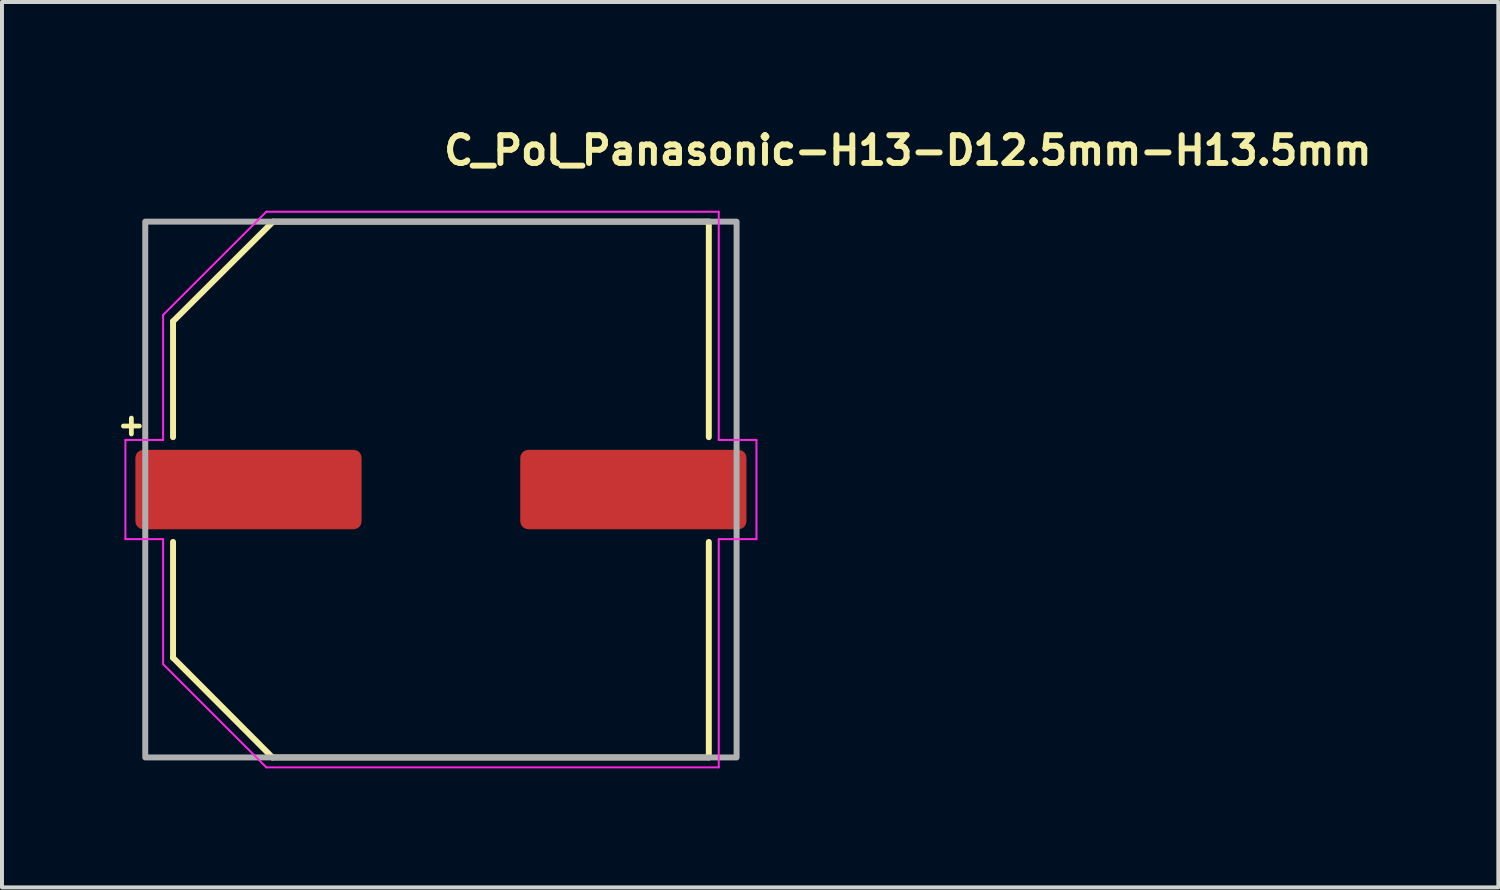
<source format=kicad_pcb>
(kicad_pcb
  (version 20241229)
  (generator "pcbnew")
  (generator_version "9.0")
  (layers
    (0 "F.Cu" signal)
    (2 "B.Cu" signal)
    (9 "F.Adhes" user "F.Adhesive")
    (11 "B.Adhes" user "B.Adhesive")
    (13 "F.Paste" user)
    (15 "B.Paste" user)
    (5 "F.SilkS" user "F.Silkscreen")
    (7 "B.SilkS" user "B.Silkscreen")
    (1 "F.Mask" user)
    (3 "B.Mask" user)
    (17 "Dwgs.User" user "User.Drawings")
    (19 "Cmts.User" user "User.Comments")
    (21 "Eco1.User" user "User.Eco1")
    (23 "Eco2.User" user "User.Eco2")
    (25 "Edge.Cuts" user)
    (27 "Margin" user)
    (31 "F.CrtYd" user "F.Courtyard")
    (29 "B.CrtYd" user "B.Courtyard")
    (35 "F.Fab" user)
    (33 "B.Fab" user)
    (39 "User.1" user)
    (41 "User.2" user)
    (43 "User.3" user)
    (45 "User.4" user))
  (footprint "C_Pol_Panasonic-H13-D12.5mm-H13.5mm"
    (layer "F.Cu")
    (at 8.06 9.285)
    (property "Reference" "C_Pol_Panasonic-H13-D12.5mm-H13.5mm" (at 0 -8.135 0) (layer "F.SilkS") (effects (font (size 0.7 0.7) (thickness 0.15)) (justify left bottom)))
    (attr smd)
    (fp_line (start -8 -1.6) (end -7.6 -1.6) (stroke (width 0.12) (type solid)) (layer "F.SilkS"))
    (fp_line (start -7.8 -1.8) (end -7.8 -1.4) (stroke (width 0.12) (type solid)) (layer "F.SilkS"))
    (fp_line (start -6.75 -4.238) (end -6.75 -1.32) (stroke (width 0.15) (type solid)) (layer "F.SilkS"))
    (fp_line (start -6.75 1.32) (end -6.75 4.238) (stroke (width 0.15) (type solid)) (layer "F.SilkS"))
    (fp_line (start -6.75 4.238) (end -4.245 6.75) (stroke (width 0.15) (type solid)) (layer "F.SilkS"))
    (fp_line (start -4.245 6.75) (end 6.75 6.75) (stroke (width 0.15) (type solid)) (layer "F.SilkS"))
    (fp_line (start -4.23 -6.75) (end -6.75 -4.238) (stroke (width 0.15) (type solid)) (layer "F.SilkS"))
    (fp_line (start 6.75 -6.75) (end -4.23 -6.75) (stroke (width 0.15) (type solid)) (layer "F.SilkS"))
    (fp_line (start 6.75 -1.32) (end 6.75 -6.75) (stroke (width 0.15) (type solid)) (layer "F.SilkS"))
    (fp_line (start 6.75 6.75) (end 6.75 1.32) (stroke (width 0.15) (type solid)) (layer "F.SilkS"))
    (fp_line (start -7.95 -1.25) (end -7 -1.25) (stroke (width 0.05) (type solid)) (layer "F.CrtYd"))
    (fp_line (start -7.95 1.25) (end -7.95 -1.25) (stroke (width 0.05) (type solid)) (layer "F.CrtYd"))
    (fp_line (start -7 -4.4) (end -4.4 -7) (stroke (width 0.05) (type solid)) (layer "F.CrtYd"))
    (fp_line (start -7 -1.25) (end -7 -4.4) (stroke (width 0.05) (type solid)) (layer "F.CrtYd"))
    (fp_line (start -7 1.25) (end -7.95 1.25) (stroke (width 0.05) (type solid)) (layer "F.CrtYd"))
    (fp_line (start -7 4.4) (end -7 1.25) (stroke (width 0.05) (type solid)) (layer "F.CrtYd"))
    (fp_line (start -4.4 -7) (end 7 -7) (stroke (width 0.05) (type solid)) (layer "F.CrtYd"))
    (fp_line (start -4.4 7) (end -7 4.4) (stroke (width 0.05) (type solid)) (layer "F.CrtYd"))
    (fp_line (start 7 -7) (end 7 -1.25) (stroke (width 0.05) (type solid)) (layer "F.CrtYd"))
    (fp_line (start 7 -1.25) (end 7.95 -1.25) (stroke (width 0.05) (type solid)) (layer "F.CrtYd"))
    (fp_line (start 7 1.25) (end 7 7) (stroke (width 0.05) (type solid)) (layer "F.CrtYd"))
    (fp_line (start 7 7) (end -4.4 7) (stroke (width 0.05) (type solid)) (layer "F.CrtYd"))
    (fp_line (start 7.95 -1.25) (end 7.95 1.25) (stroke (width 0.05) (type solid)) (layer "F.CrtYd"))
    (fp_line (start 7.95 1.25) (end 7 1.25) (stroke (width 0.05) (type solid)) (layer "F.CrtYd"))
    (fp_rect (start 7.45 6.75) (end -7.45 -6.75) (stroke (width 0.15) (type solid)) (fill no) (layer "F.Fab"))
    (fp_rect (start 7.45 6.75) (end -7.45 -6.75) (stroke (width 0.15) (type solid)) (fill no) (layer "User.5"))
    (fp_line (start -7.45 -0.45) (end -7.45 0.45) (stroke (width 0.02) (type solid)) (layer "User.9"))
    (fp_line (start -7.45 -0.45) (end -6.75 -0.45) (stroke (width 0.02) (type solid)) (layer "User.9"))
    (fp_line (start -7.45 0.45) (end -6.75 0.45) (stroke (width 0.02) (type solid)) (layer "User.9"))
    (fp_line (start -6.75 -4.25) (end -6.75 -1.5) (stroke (width 0.02) (type solid)) (layer "User.9"))
    (fp_line (start -6.75 -1.5) (end -6.75 1.5) (stroke (width 0.02) (type solid)) (layer "User.9"))
    (fp_line (start -6.75 1.5) (end -6.75 4.25) (stroke (width 0.02) (type solid)) (layer "User.9"))
    (fp_line (start -6.75 1.5) (end -6.17 1.5) (stroke (width 0.02) (type solid)) (layer "User.9"))
    (fp_line (start -6.75 4.25) (end -4.25 6.75) (stroke (width 0.02) (type solid)) (layer "User.9"))
    (fp_line (start -6.25 0) (end -6.236 -0.416) (stroke (width 0.02) (type solid)) (layer "User.9"))
    (fp_line (start -6.246 0.208) (end -6.25 0) (stroke (width 0.02) (type solid)) (layer "User.9"))
    (fp_line (start -6.236 -0.416) (end -6.195 -0.827) (stroke (width 0.02) (type solid)) (layer "User.9"))
    (fp_line (start -6.236 0.416) (end -6.246 0.208) (stroke (width 0.02) (type solid)) (layer "User.9"))
    (fp_line (start -6.218 0.622) (end -6.236 0.416) (stroke (width 0.02) (type solid)) (layer "User.9"))
    (fp_line (start -6.195 -0.827) (end -6.127 -1.232) (stroke (width 0.02) (type solid)) (layer "User.9"))
    (fp_line (start -6.195 0.827) (end -6.218 0.622) (stroke (width 0.02) (type solid)) (layer "User.9"))
    (fp_line (start -6.17 -1.5) (end -6.75 -1.5) (stroke (width 0.02) (type solid)) (layer "User.9"))
    (fp_line (start -6.17 1.5) (end -6.05 1.926) (stroke (width 0.02) (type solid)) (layer "User.9"))
    (fp_line (start -6.164 1.031) (end -6.195 0.827) (stroke (width 0.02) (type solid)) (layer "User.9"))
    (fp_line (start -6.127 -1.232) (end -6.033 -1.63) (stroke (width 0.02) (type solid)) (layer "User.9"))
    (fp_line (start -6.127 1.232) (end -6.164 1.031) (stroke (width 0.02) (type solid)) (layer "User.9"))
    (fp_line (start -6.083 1.432) (end -6.127 1.232) (stroke (width 0.02) (type solid)) (layer "User.9"))
    (fp_line (start -6.05 -1.926) (end -6.17 -1.5) (stroke (width 0.02) (type solid)) (layer "User.9"))
    (fp_line (start -6.05 1.926) (end -5.903 2.34) (stroke (width 0.02) (type solid)) (layer "User.9"))
    (fp_line (start -6.033 -1.63) (end -5.914 -2.019) (stroke (width 0.02) (type solid)) (layer "User.9"))
    (fp_line (start -6.033 1.63) (end -6.083 1.432) (stroke (width 0.02) (type solid)) (layer "User.9"))
    (fp_line (start -5.977 1.826) (end -6.033 1.63) (stroke (width 0.02) (type solid)) (layer "User.9"))
    (fp_line (start -5.914 -2.019) (end -5.771 -2.399) (stroke (width 0.02) (type solid)) (layer "User.9"))
    (fp_line (start -5.914 2.019) (end -5.977 1.826) (stroke (width 0.02) (type solid)) (layer "User.9"))
    (fp_line (start -5.903 -2.34) (end -6.05 -1.926) (stroke (width 0.02) (type solid)) (layer "User.9"))
    (fp_line (start -5.903 2.34) (end -5.728 2.739) (stroke (width 0.02) (type solid)) (layer "User.9"))
    (fp_line (start -5.845 2.21) (end -5.914 2.019) (stroke (width 0.02) (type solid)) (layer "User.9"))
    (fp_line (start -5.771 -2.399) (end -5.603 -2.768) (stroke (width 0.02) (type solid)) (layer "User.9"))
    (fp_line (start -5.771 2.399) (end -5.845 2.21) (stroke (width 0.02) (type solid)) (layer "User.9"))
    (fp_line (start -5.728 -2.739) (end -5.903 -2.34) (stroke (width 0.02) (type solid)) (layer "User.9"))
    (fp_line (start -5.728 2.739) (end -5.528 3.124) (stroke (width 0.02) (type solid)) (layer "User.9"))
    (fp_line (start -5.69 2.585) (end -5.771 2.399) (stroke (width 0.02) (type solid)) (layer "User.9"))
    (fp_line (start -5.603 -2.768) (end -5.412 -3.125) (stroke (width 0.02) (type solid)) (layer "User.9"))
    (fp_line (start -5.603 2.768) (end -5.69 2.585) (stroke (width 0.02) (type solid)) (layer "User.9"))
    (fp_line (start -5.528 -3.124) (end -5.728 -2.739) (stroke (width 0.02) (type solid)) (layer "User.9"))
    (fp_line (start -5.528 3.124) (end -5.303 3.492) (stroke (width 0.02) (type solid)) (layer "User.9"))
    (fp_line (start -5.51 2.948) (end -5.603 2.768) (stroke (width 0.02) (type solid)) (layer "User.9"))
    (fp_line (start -5.412 -3.125) (end -5.199 -3.468) (stroke (width 0.02) (type solid)) (layer "User.9"))
    (fp_line (start -5.412 3.125) (end -5.51 2.948) (stroke (width 0.02) (type solid)) (layer "User.9"))
    (fp_line (start -5.308 3.298) (end -5.412 3.125) (stroke (width 0.02) (type solid)) (layer "User.9"))
    (fp_line (start -5.303 -3.492) (end -5.528 -3.124) (stroke (width 0.02) (type solid)) (layer "User.9"))
    (fp_line (start -5.303 3.492) (end -5.054 3.843) (stroke (width 0.02) (type solid)) (layer "User.9"))
    (fp_line (start -5.199 -3.468) (end -4.963 -3.798) (stroke (width 0.02) (type solid)) (layer "User.9"))
    (fp_line (start -5.199 3.468) (end -5.308 3.298) (stroke (width 0.02) (type solid)) (layer "User.9"))
    (fp_line (start -5.084 3.635) (end -5.199 3.468) (stroke (width 0.02) (type solid)) (layer "User.9"))
    (fp_line (start -5.054 -3.843) (end -5.303 -3.492) (stroke (width 0.02) (type solid)) (layer "User.9"))
    (fp_line (start -5.054 3.843) (end -4.783 4.176) (stroke (width 0.02) (type solid)) (layer "User.9"))
    (fp_line (start -4.963 -3.798) (end -4.706 -4.112) (stroke (width 0.02) (type solid)) (layer "User.9"))
    (fp_line (start -4.963 3.798) (end -5.084 3.635) (stroke (width 0.02) (type solid)) (layer "User.9"))
    (fp_line (start -4.837 3.957) (end -4.963 3.798) (stroke (width 0.02) (type solid)) (layer "User.9"))
    (fp_line (start -4.783 -4.176) (end -5.054 -3.843) (stroke (width 0.02) (type solid)) (layer "User.9"))
    (fp_line (start -4.783 4.176) (end -4.49 4.49) (stroke (width 0.02) (type solid)) (layer "User.9"))
    (fp_line (start -4.706 -4.112) (end -4.429 -4.409) (stroke (width 0.02) (type solid)) (layer "User.9"))
    (fp_line (start -4.706 4.112) (end -4.837 3.957) (stroke (width 0.02) (type solid)) (layer "User.9"))
    (fp_line (start -4.57 4.263) (end -4.706 4.112) (stroke (width 0.02) (type solid)) (layer "User.9"))
    (fp_line (start -4.49 -4.49) (end -4.783 -4.176) (stroke (width 0.02) (type solid)) (layer "User.9"))
    (fp_line (start -4.49 4.49) (end -4.176 4.783) (stroke (width 0.02) (type solid)) (layer "User.9"))
    (fp_line (start -4.429 -4.409) (end -4.131 -4.689) (stroke (width 0.02) (type solid)) (layer "User.9"))
    (fp_line (start -4.429 4.409) (end -4.57 4.263) (stroke (width 0.02) (type solid)) (layer "User.9"))
    (fp_line (start -4.282 4.552) (end -4.429 4.409) (stroke (width 0.02) (type solid)) (layer "User.9"))
    (fp_line (start -4.25 -6.75) (end -6.75 -4.25) (stroke (width 0.02) (type solid)) (layer "User.9"))
    (fp_line (start -4.25 6.75) (end -1.5 6.75) (stroke (width 0.02) (type solid)) (layer "User.9"))
    (fp_line (start -4.176 -4.783) (end -4.49 -4.49) (stroke (width 0.02) (type solid)) (layer "User.9"))
    (fp_line (start -4.176 4.783) (end -3.843 5.054) (stroke (width 0.02) (type solid)) (layer "User.9"))
    (fp_line (start -4.131 -4.689) (end -3.814 -4.951) (stroke (width 0.02) (type solid)) (layer "User.9"))
    (fp_line (start -4.131 4.689) (end -4.282 4.552) (stroke (width 0.02) (type solid)) (layer "User.9"))
    (fp_line (start -3.975 4.822) (end -4.131 4.689) (stroke (width 0.02) (type solid)) (layer "User.9"))
    (fp_line (start -3.843 -5.054) (end -4.176 -4.783) (stroke (width 0.02) (type solid)) (layer "User.9"))
    (fp_line (start -3.843 5.054) (end -3.492 5.303) (stroke (width 0.02) (type solid)) (layer "User.9"))
    (fp_line (start -3.814 -4.951) (end -3.478 -5.192) (stroke (width 0.02) (type solid)) (layer "User.9"))
    (fp_line (start -3.814 4.951) (end -3.975 4.822) (stroke (width 0.02) (type solid)) (layer "User.9"))
    (fp_line (start -3.648 5.074) (end -3.814 4.951) (stroke (width 0.02) (type solid)) (layer "User.9"))
    (fp_line (start -3.492 -5.303) (end -3.843 -5.054) (stroke (width 0.02) (type solid)) (layer "User.9"))
    (fp_line (start -3.492 5.303) (end -3.124 5.528) (stroke (width 0.02) (type solid)) (layer "User.9"))
    (fp_line (start -3.478 -5.192) (end -3.125 -5.412) (stroke (width 0.02) (type solid)) (layer "User.9"))
    (fp_line (start -3.478 5.192) (end -3.648 5.074) (stroke (width 0.02) (type solid)) (layer "User.9"))
    (fp_line (start -3.304 5.305) (end -3.478 5.192) (stroke (width 0.02) (type solid)) (layer "User.9"))
    (fp_line (start -3.125 -5.412) (end -3.125 -5.412) (stroke (width 0.02) (type solid)) (layer "User.9"))
    (fp_line (start -3.125 -5.412) (end -2.757 -5.608) (stroke (width 0.02) (type solid)) (layer "User.9"))
    (fp_line (start -3.125 5.412) (end -3.304 5.305) (stroke (width 0.02) (type solid)) (layer "User.9"))
    (fp_line (start -3.125 5.412) (end -3.125 5.412) (stroke (width 0.02) (type solid)) (layer "User.9"))
    (fp_line (start -3.124 -5.528) (end -3.492 -5.303) (stroke (width 0.02) (type solid)) (layer "User.9"))
    (fp_line (start -3.124 5.528) (end -2.739 5.728) (stroke (width 0.02) (type solid)) (layer "User.9"))
    (fp_line (start -2.757 -5.608) (end -2.38 -5.778) (stroke (width 0.02) (type solid)) (layer "User.9"))
    (fp_line (start -2.757 5.608) (end -3.125 5.412) (stroke (width 0.02) (type solid)) (layer "User.9"))
    (fp_line (start -2.739 -5.728) (end -3.124 -5.528) (stroke (width 0.02) (type solid)) (layer "User.9"))
    (fp_line (start -2.739 5.728) (end -2.34 5.903) (stroke (width 0.02) (type solid)) (layer "User.9"))
    (fp_line (start -2.38 -5.778) (end -1.995 -5.922) (stroke (width 0.02) (type solid)) (layer "User.9"))
    (fp_line (start -2.38 5.778) (end -2.757 5.608) (stroke (width 0.02) (type solid)) (layer "User.9"))
    (fp_line (start -2.34 -5.903) (end -2.739 -5.728) (stroke (width 0.02) (type solid)) (layer "User.9"))
    (fp_line (start -2.34 5.903) (end -1.926 6.05) (stroke (width 0.02) (type solid)) (layer "User.9"))
    (fp_line (start -1.995 -5.922) (end -1.604 -6.04) (stroke (width 0.02) (type solid)) (layer "User.9"))
    (fp_line (start -1.995 5.922) (end -2.38 5.778) (stroke (width 0.02) (type solid)) (layer "User.9"))
    (fp_line (start -1.926 -6.05) (end -2.34 -5.903) (stroke (width 0.02) (type solid)) (layer "User.9"))
    (fp_line (start -1.926 6.05) (end -1.5 6.17) (stroke (width 0.02) (type solid)) (layer "User.9"))
    (fp_line (start -1.604 -6.04) (end -1.208 -6.132) (stroke (width 0.02) (type solid)) (layer "User.9"))
    (fp_line (start -1.604 6.04) (end -1.995 5.922) (stroke (width 0.02) (type solid)) (layer "User.9"))
    (fp_line (start -1.5 -6.75) (end -4.25 -6.75) (stroke (width 0.02) (type solid)) (layer "User.9"))
    (fp_line (start -1.5 -6.75) (end -1.5 -6.17) (stroke (width 0.02) (type solid)) (layer "User.9"))
    (fp_line (start -1.5 -6.17) (end -1.926 -6.05) (stroke (width 0.02) (type solid)) (layer "User.9"))
    (fp_line (start -1.5 6.17) (end -1.5 6.75) (stroke (width 0.02) (type solid)) (layer "User.9"))
    (fp_line (start -1.5 6.75) (end 1.5 6.75) (stroke (width 0.02) (type solid)) (layer "User.9"))
    (fp_line (start -1.208 -6.132) (end -0.807 -6.197) (stroke (width 0.02) (type solid)) (layer "User.9"))
    (fp_line (start -1.208 6.132) (end -1.604 6.04) (stroke (width 0.02) (type solid)) (layer "User.9"))
    (fp_line (start -0.807 -6.197) (end -0.404 -6.236) (stroke (width 0.02) (type solid)) (layer "User.9"))
    (fp_line (start -0.807 6.197) (end -1.208 6.132) (stroke (width 0.02) (type solid)) (layer "User.9"))
    (fp_line (start -0.404 -6.236) (end 0 -6.25) (stroke (width 0.02) (type solid)) (layer "User.9"))
    (fp_line (start -0.404 6.236) (end -0.807 6.197) (stroke (width 0.02) (type solid)) (layer "User.9"))
    (fp_line (start 0 -6.25) (end 0.404 -6.236) (stroke (width 0.02) (type solid)) (layer "User.9"))
    (fp_line (start 0 6.25) (end -0.404 6.236) (stroke (width 0.02) (type solid)) (layer "User.9"))
    (fp_line (start 0.404 -6.236) (end 0.807 -6.197) (stroke (width 0.02) (type solid)) (layer "User.9"))
    (fp_line (start 0.404 6.236) (end 0 6.25) (stroke (width 0.02) (type solid)) (layer "User.9"))
    (fp_line (start 0.807 -6.197) (end 1.208 -6.132) (stroke (width 0.02) (type solid)) (layer "User.9"))
    (fp_line (start 0.807 6.197) (end 0.404 6.236) (stroke (width 0.02) (type solid)) (layer "User.9"))
    (fp_line (start 1.208 -6.132) (end 1.604 -6.04) (stroke (width 0.02) (type solid)) (layer "User.9"))
    (fp_line (start 1.208 6.132) (end 0.807 6.197) (stroke (width 0.02) (type solid)) (layer "User.9"))
    (fp_line (start 1.5 -6.75) (end -1.5 -6.75) (stroke (width 0.02) (type solid)) (layer "User.9"))
    (fp_line (start 1.5 -6.75) (end 1.5 -6.17) (stroke (width 0.02) (type solid)) (layer "User.9"))
    (fp_line (start 1.5 -6.17) (end 1.926 -6.05) (stroke (width 0.02) (type solid)) (layer "User.9"))
    (fp_line (start 1.5 6.17) (end 1.5 6.75) (stroke (width 0.02) (type solid)) (layer "User.9"))
    (fp_line (start 1.5 6.75) (end 5.75 6.75) (stroke (width 0.02) (type solid)) (layer "User.9"))
    (fp_line (start 1.604 -6.04) (end 1.995 -5.922) (stroke (width 0.02) (type solid)) (layer "User.9"))
    (fp_line (start 1.604 6.04) (end 1.208 6.132) (stroke (width 0.02) (type solid)) (layer "User.9"))
    (fp_line (start 1.926 -6.05) (end 2.34 -5.903) (stroke (width 0.02) (type solid)) (layer "User.9"))
    (fp_line (start 1.926 6.05) (end 1.5 6.17) (stroke (width 0.02) (type solid)) (layer "User.9"))
    (fp_line (start 1.995 -5.922) (end 2.38 -5.778) (stroke (width 0.02) (type solid)) (layer "User.9"))
    (fp_line (start 1.995 5.922) (end 1.604 6.04) (stroke (width 0.02) (type solid)) (layer "User.9"))
    (fp_line (start 2 -3) (end 2 3) (stroke (width 0.02) (type solid)) (layer "User.9"))
    (fp_line (start 2 3) (end 3.2 3) (stroke (width 0.02) (type solid)) (layer "User.9"))
    (fp_line (start 2.34 -5.903) (end 2.739 -5.728) (stroke (width 0.02) (type solid)) (layer "User.9"))
    (fp_line (start 2.34 5.903) (end 1.926 6.05) (stroke (width 0.02) (type solid)) (layer "User.9"))
    (fp_line (start 2.38 -5.778) (end 2.757 -5.608) (stroke (width 0.02) (type solid)) (layer "User.9"))
    (fp_line (start 2.38 5.778) (end 1.995 5.922) (stroke (width 0.02) (type solid)) (layer "User.9"))
    (fp_line (start 2.739 -5.728) (end 3.124 -5.528) (stroke (width 0.02) (type solid)) (layer "User.9"))
    (fp_line (start 2.739 5.728) (end 2.34 5.903) (stroke (width 0.02) (type solid)) (layer "User.9"))
    (fp_line (start 2.757 -5.608) (end 3.125 -5.412) (stroke (width 0.02) (type solid)) (layer "User.9"))
    (fp_line (start 2.757 5.608) (end 2.38 5.778) (stroke (width 0.02) (type solid)) (layer "User.9"))
    (fp_line (start 3.124 -5.528) (end 3.492 -5.303) (stroke (width 0.02) (type solid)) (layer "User.9"))
    (fp_line (start 3.124 5.528) (end 2.739 5.728) (stroke (width 0.02) (type solid)) (layer "User.9"))
    (fp_line (start 3.125 -5.412) (end 3.125 -5.412) (stroke (width 0.02) (type solid)) (layer "User.9"))
    (fp_line (start 3.125 -5.412) (end 3.304 -5.305) (stroke (width 0.02) (type solid)) (layer "User.9"))
    (fp_line (start 3.125 5.412) (end 2.757 5.608) (stroke (width 0.02) (type solid)) (layer "User.9"))
    (fp_line (start 3.125 5.412) (end 3.125 5.412) (stroke (width 0.02) (type solid)) (layer "User.9"))
    (fp_line (start 3.2 -3) (end 2 -3) (stroke (width 0.02) (type solid)) (layer "User.9"))
    (fp_line (start 3.2 3) (end 3.2 -3) (stroke (width 0.02) (type solid)) (layer "User.9"))
    (fp_line (start 3.304 -5.305) (end 3.478 -5.192) (stroke (width 0.02) (type solid)) (layer "User.9"))
    (fp_line (start 3.478 -5.192) (end 3.648 -5.074) (stroke (width 0.02) (type solid)) (layer "User.9"))
    (fp_line (start 3.478 5.192) (end 3.125 5.412) (stroke (width 0.02) (type solid)) (layer "User.9"))
    (fp_line (start 3.492 -5.303) (end 3.843 -5.054) (stroke (width 0.02) (type solid)) (layer "User.9"))
    (fp_line (start 3.492 5.303) (end 3.124 5.528) (stroke (width 0.02) (type solid)) (layer "User.9"))
    (fp_line (start 3.648 -5.074) (end 3.814 -4.951) (stroke (width 0.02) (type solid)) (layer "User.9"))
    (fp_line (start 3.814 -4.951) (end 3.975 -4.822) (stroke (width 0.02) (type solid)) (layer "User.9"))
    (fp_line (start 3.814 4.951) (end 3.478 5.192) (stroke (width 0.02) (type solid)) (layer "User.9"))
    (fp_line (start 3.843 -5.054) (end 4.176 -4.783) (stroke (width 0.02) (type solid)) (layer "User.9"))
    (fp_line (start 3.843 5.054) (end 3.492 5.303) (stroke (width 0.02) (type solid)) (layer "User.9"))
    (fp_line (start 3.975 -4.822) (end 4.131 -4.689) (stroke (width 0.02) (type solid)) (layer "User.9"))
    (fp_line (start 4.131 -4.689) (end 4.282 -4.552) (stroke (width 0.02) (type solid)) (layer "User.9"))
    (fp_line (start 4.131 4.689) (end 3.814 4.951) (stroke (width 0.02) (type solid)) (layer "User.9"))
    (fp_line (start 4.176 -4.783) (end 4.49 -4.49) (stroke (width 0.02) (type solid)) (layer "User.9"))
    (fp_line (start 4.176 4.783) (end 3.843 5.054) (stroke (width 0.02) (type solid)) (layer "User.9"))
    (fp_line (start 4.282 -4.552) (end 4.429 -4.409) (stroke (width 0.02) (type solid)) (layer "User.9"))
    (fp_line (start 4.429 -4.409) (end 4.57 -4.263) (stroke (width 0.02) (type solid)) (layer "User.9"))
    (fp_line (start 4.429 4.409) (end 4.131 4.689) (stroke (width 0.02) (type solid)) (layer "User.9"))
    (fp_line (start 4.49 -4.49) (end 4.783 -4.176) (stroke (width 0.02) (type solid)) (layer "User.9"))
    (fp_line (start 4.49 4.49) (end 4.176 4.783) (stroke (width 0.02) (type solid)) (layer "User.9"))
    (fp_line (start 4.57 -4.263) (end 4.706 -4.112) (stroke (width 0.02) (type solid)) (layer "User.9"))
    (fp_line (start 4.706 -4.112) (end 4.837 -3.957) (stroke (width 0.02) (type solid)) (layer "User.9"))
    (fp_line (start 4.706 4.112) (end 4.429 4.409) (stroke (width 0.02) (type solid)) (layer "User.9"))
    (fp_line (start 4.783 -4.176) (end 5.054 -3.843) (stroke (width 0.02) (type solid)) (layer "User.9"))
    (fp_line (start 4.783 4.176) (end 4.49 4.49) (stroke (width 0.02) (type solid)) (layer "User.9"))
    (fp_line (start 4.837 -3.957) (end 4.963 -3.798) (stroke (width 0.02) (type solid)) (layer "User.9"))
    (fp_line (start 4.963 -3.798) (end 5.084 -3.635) (stroke (width 0.02) (type solid)) (layer "User.9"))
    (fp_line (start 4.963 3.798) (end 4.706 4.112) (stroke (width 0.02) (type solid)) (layer "User.9"))
    (fp_line (start 5.054 -3.843) (end 5.303 -3.492) (stroke (width 0.02) (type solid)) (layer "User.9"))
    (fp_line (start 5.054 3.843) (end 4.783 4.176) (stroke (width 0.02) (type solid)) (layer "User.9"))
    (fp_line (start 5.084 -3.635) (end 5.199 -3.468) (stroke (width 0.02) (type solid)) (layer "User.9"))
    (fp_line (start 5.199 -3.468) (end 5.308 -3.298) (stroke (width 0.02) (type solid)) (layer "User.9"))
    (fp_line (start 5.199 3.468) (end 4.963 3.798) (stroke (width 0.02) (type solid)) (layer "User.9"))
    (fp_line (start 5.303 -3.492) (end 5.528 -3.124) (stroke (width 0.02) (type solid)) (layer "User.9"))
    (fp_line (start 5.303 3.492) (end 5.054 3.843) (stroke (width 0.02) (type solid)) (layer "User.9"))
    (fp_line (start 5.308 -3.298) (end 5.412 -3.125) (stroke (width 0.02) (type solid)) (layer "User.9"))
    (fp_line (start 5.412 -3.125) (end 5.51 -2.948) (stroke (width 0.02) (type solid)) (layer "User.9"))
    (fp_line (start 5.412 3.125) (end 5.199 3.468) (stroke (width 0.02) (type solid)) (layer "User.9"))
    (fp_line (start 5.51 -2.948) (end 5.603 -2.768) (stroke (width 0.02) (type solid)) (layer "User.9"))
    (fp_line (start 5.528 -3.124) (end 5.728 -2.739) (stroke (width 0.02) (type solid)) (layer "User.9"))
    (fp_line (start 5.528 3.124) (end 5.303 3.492) (stroke (width 0.02) (type solid)) (layer "User.9"))
    (fp_line (start 5.603 -2.768) (end 5.69 -2.585) (stroke (width 0.02) (type solid)) (layer "User.9"))
    (fp_line (start 5.603 2.768) (end 5.412 3.125) (stroke (width 0.02) (type solid)) (layer "User.9"))
    (fp_line (start 5.69 -2.585) (end 5.771 -2.399) (stroke (width 0.02) (type solid)) (layer "User.9"))
    (fp_line (start 5.728 -2.739) (end 5.903 -2.34) (stroke (width 0.02) (type solid)) (layer "User.9"))
    (fp_line (start 5.728 2.739) (end 5.528 3.124) (stroke (width 0.02) (type solid)) (layer "User.9"))
    (fp_line (start 5.75 -6.75) (end 1.5 -6.75) (stroke (width 0.02) (type solid)) (layer "User.9"))
    (fp_line (start 5.75 -6.75) (end 5.799 -6.748) (stroke (width 0.02) (type solid)) (layer "User.9"))
    (fp_line (start 5.75 6.75) (end 5.799 6.748) (stroke (width 0.02) (type solid)) (layer "User.9"))
    (fp_line (start 5.771 -2.399) (end 5.845 -2.21) (stroke (width 0.02) (type solid)) (layer "User.9"))
    (fp_line (start 5.771 2.399) (end 5.603 2.768) (stroke (width 0.02) (type solid)) (layer "User.9"))
    (fp_line (start 5.799 -6.748) (end 5.848 -6.745) (stroke (width 0.02) (type solid)) (layer "User.9"))
    (fp_line (start 5.799 6.748) (end 5.848 6.745) (stroke (width 0.02) (type solid)) (layer "User.9"))
    (fp_line (start 5.845 -2.21) (end 5.914 -2.019) (stroke (width 0.02) (type solid)) (layer "User.9"))
    (fp_line (start 5.848 -6.745) (end 5.897 -6.739) (stroke (width 0.02) (type solid)) (layer "User.9"))
    (fp_line (start 5.848 6.745) (end 5.897 6.739) (stroke (width 0.02) (type solid)) (layer "User.9"))
    (fp_line (start 5.897 -6.739) (end 5.946 -6.73) (stroke (width 0.02) (type solid)) (layer "User.9"))
    (fp_line (start 5.897 6.739) (end 5.946 6.73) (stroke (width 0.02) (type solid)) (layer "User.9"))
    (fp_line (start 5.903 -2.34) (end 6.05 -1.926) (stroke (width 0.02) (type solid)) (layer "User.9"))
    (fp_line (start 5.903 2.34) (end 5.728 2.739) (stroke (width 0.02) (type solid)) (layer "User.9"))
    (fp_line (start 5.914 -2.019) (end 5.977 -1.826) (stroke (width 0.02) (type solid)) (layer "User.9"))
    (fp_line (start 5.914 2.019) (end 5.771 2.399) (stroke (width 0.02) (type solid)) (layer "User.9"))
    (fp_line (start 5.946 -6.73) (end 5.993 -6.719) (stroke (width 0.02) (type solid)) (layer "User.9"))
    (fp_line (start 5.946 6.73) (end 5.993 6.719) (stroke (width 0.02) (type solid)) (layer "User.9"))
    (fp_line (start 5.977 -1.826) (end 6.033 -1.63) (stroke (width 0.02) (type solid)) (layer "User.9"))
    (fp_line (start 5.993 -6.719) (end 6.04 -6.706) (stroke (width 0.02) (type solid)) (layer "User.9"))
    (fp_line (start 5.993 6.719) (end 6.04 6.706) (stroke (width 0.02) (type solid)) (layer "User.9"))
    (fp_line (start 6.033 -1.63) (end 6.083 -1.432) (stroke (width 0.02) (type solid)) (layer "User.9"))
    (fp_line (start 6.033 1.63) (end 5.914 2.019) (stroke (width 0.02) (type solid)) (layer "User.9"))
    (fp_line (start 6.04 -6.706) (end 6.087 -6.691) (stroke (width 0.02) (type solid)) (layer "User.9"))
    (fp_line (start 6.04 6.706) (end 6.087 6.691) (stroke (width 0.02) (type solid)) (layer "User.9"))
    (fp_line (start 6.05 -1.926) (end 6.17 -1.5) (stroke (width 0.02) (type solid)) (layer "User.9"))
    (fp_line (start 6.05 1.926) (end 5.903 2.34) (stroke (width 0.02) (type solid)) (layer "User.9"))
    (fp_line (start 6.083 -1.432) (end 6.127 -1.233) (stroke (width 0.02) (type solid)) (layer "User.9"))
    (fp_line (start 6.087 -6.691) (end 6.132 -6.673) (stroke (width 0.02) (type solid)) (layer "User.9"))
    (fp_line (start 6.087 6.691) (end 6.132 6.673) (stroke (width 0.02) (type solid)) (layer "User.9"))
    (fp_line (start 6.127 -1.233) (end 6.164 -1.031) (stroke (width 0.02) (type solid)) (layer "User.9"))
    (fp_line (start 6.127 1.233) (end 6.033 1.63) (stroke (width 0.02) (type solid)) (layer "User.9"))
    (fp_line (start 6.132 -6.673) (end 6.177 -6.654) (stroke (width 0.02) (type solid)) (layer "User.9"))
    (fp_line (start 6.132 6.673) (end 6.177 6.654) (stroke (width 0.02) (type solid)) (layer "User.9"))
    (fp_line (start 6.164 -1.031) (end 6.195 -0.827) (stroke (width 0.02) (type solid)) (layer "User.9"))
    (fp_line (start 6.17 -1.5) (end 6.75 -1.5) (stroke (width 0.02) (type solid)) (layer "User.9"))
    (fp_line (start 6.17 1.5) (end 6.05 1.926) (stroke (width 0.02) (type solid)) (layer "User.9"))
    (fp_line (start 6.177 -6.654) (end 6.22 -6.632) (stroke (width 0.02) (type solid)) (layer "User.9"))
    (fp_line (start 6.177 6.654) (end 6.22 6.632) (stroke (width 0.02) (type solid)) (layer "User.9"))
    (fp_line (start 6.195 -0.827) (end 6.218 -0.622) (stroke (width 0.02) (type solid)) (layer "User.9"))
    (fp_line (start 6.195 0.827) (end 6.127 1.233) (stroke (width 0.02) (type solid)) (layer "User.9"))
    (fp_line (start 6.218 -0.622) (end 6.236 -0.416) (stroke (width 0.02) (type solid)) (layer "User.9"))
    (fp_line (start 6.22 -6.632) (end 6.263 -6.608) (stroke (width 0.02) (type solid)) (layer "User.9"))
    (fp_line (start 6.22 6.632) (end 6.263 6.608) (stroke (width 0.02) (type solid)) (layer "User.9"))
    (fp_line (start 6.236 -0.416) (end 6.246 -0.208) (stroke (width 0.02) (type solid)) (layer "User.9"))
    (fp_line (start 6.236 0.416) (end 6.195 0.827) (stroke (width 0.02) (type solid)) (layer "User.9"))
    (fp_line (start 6.246 -0.208) (end 6.25 0) (stroke (width 0.02) (type solid)) (layer "User.9"))
    (fp_line (start 6.25 0) (end 6.236 0.416) (stroke (width 0.02) (type solid)) (layer "User.9"))
    (fp_line (start 6.263 -6.608) (end 6.304 -6.581) (stroke (width 0.02) (type solid)) (layer "User.9"))
    (fp_line (start 6.263 6.608) (end 6.304 6.581) (stroke (width 0.02) (type solid)) (layer "User.9"))
    (fp_line (start 6.304 -6.581) (end 6.344 -6.553) (stroke (width 0.02) (type solid)) (layer "User.9"))
    (fp_line (start 6.304 6.581) (end 6.344 6.553) (stroke (width 0.02) (type solid)) (layer "User.9"))
    (fp_line (start 6.344 -6.553) (end 6.383 -6.523) (stroke (width 0.02) (type solid)) (layer "User.9"))
    (fp_line (start 6.344 6.553) (end 6.383 6.523) (stroke (width 0.02) (type solid)) (layer "User.9"))
    (fp_line (start 6.383 -6.523) (end 6.421 -6.491) (stroke (width 0.02) (type solid)) (layer "User.9"))
    (fp_line (start 6.383 6.523) (end 6.421 6.491) (stroke (width 0.02) (type solid)) (layer "User.9"))
    (fp_line (start 6.421 -6.491) (end 6.457 -6.457) (stroke (width 0.02) (type solid)) (layer "User.9"))
    (fp_line (start 6.421 6.491) (end 6.457 6.457) (stroke (width 0.02) (type solid)) (layer "User.9"))
    (fp_line (start 6.457 -6.457) (end 6.457 -6.457) (stroke (width 0.02) (type solid)) (layer "User.9"))
    (fp_line (start 6.457 -6.457) (end 6.491 -6.421) (stroke (width 0.02) (type solid)) (layer "User.9"))
    (fp_line (start 6.457 6.457) (end 6.457 6.457) (stroke (width 0.02) (type solid)) (layer "User.9"))
    (fp_line (start 6.457 6.457) (end 6.491 6.421) (stroke (width 0.02) (type solid)) (layer "User.9"))
    (fp_line (start 6.491 -6.421) (end 6.523 -6.383) (stroke (width 0.02) (type solid)) (layer "User.9"))
    (fp_line (start 6.491 6.421) (end 6.523 6.383) (stroke (width 0.02) (type solid)) (layer "User.9"))
    (fp_line (start 6.523 -6.383) (end 6.553 -6.344) (stroke (width 0.02) (type solid)) (layer "User.9"))
    (fp_line (start 6.523 6.383) (end 6.553 6.344) (stroke (width 0.02) (type solid)) (layer "User.9"))
    (fp_line (start 6.553 -6.344) (end 6.581 -6.304) (stroke (width 0.02) (type solid)) (layer "User.9"))
    (fp_line (start 6.553 6.344) (end 6.581 6.304) (stroke (width 0.02) (type solid)) (layer "User.9"))
    (fp_line (start 6.581 -6.304) (end 6.608 -6.263) (stroke (width 0.02) (type solid)) (layer "User.9"))
    (fp_line (start 6.581 6.304) (end 6.608 6.263) (stroke (width 0.02) (type solid)) (layer "User.9"))
    (fp_line (start 6.608 -6.263) (end 6.632 -6.22) (stroke (width 0.02) (type solid)) (layer "User.9"))
    (fp_line (start 6.608 6.263) (end 6.632 6.22) (stroke (width 0.02) (type solid)) (layer "User.9"))
    (fp_line (start 6.632 -6.22) (end 6.654 -6.177) (stroke (width 0.02) (type solid)) (layer "User.9"))
    (fp_line (start 6.632 6.22) (end 6.654 6.177) (stroke (width 0.02) (type solid)) (layer "User.9"))
    (fp_line (start 6.654 -6.177) (end 6.673 -6.132) (stroke (width 0.02) (type solid)) (layer "User.9"))
    (fp_line (start 6.654 6.177) (end 6.673 6.132) (stroke (width 0.02) (type solid)) (layer "User.9"))
    (fp_line (start 6.673 -6.132) (end 6.691 -6.087) (stroke (width 0.02) (type solid)) (layer "User.9"))
    (fp_line (start 6.673 6.132) (end 6.691 6.087) (stroke (width 0.02) (type solid)) (layer "User.9"))
    (fp_line (start 6.691 -6.087) (end 6.706 -6.04) (stroke (width 0.02) (type solid)) (layer "User.9"))
    (fp_line (start 6.691 6.087) (end 6.706 6.04) (stroke (width 0.02) (type solid)) (layer "User.9"))
    (fp_line (start 6.706 -6.04) (end 6.719 -5.993) (stroke (width 0.02) (type solid)) (layer "User.9"))
    (fp_line (start 6.706 6.04) (end 6.719 5.993) (stroke (width 0.02) (type solid)) (layer "User.9"))
    (fp_line (start 6.719 -5.993) (end 6.73 -5.946) (stroke (width 0.02) (type solid)) (layer "User.9"))
    (fp_line (start 6.719 5.993) (end 6.73 5.946) (stroke (width 0.02) (type solid)) (layer "User.9"))
    (fp_line (start 6.73 -5.946) (end 6.739 -5.897) (stroke (width 0.02) (type solid)) (layer "User.9"))
    (fp_line (start 6.73 5.946) (end 6.739 5.897) (stroke (width 0.02) (type solid)) (layer "User.9"))
    (fp_line (start 6.739 -5.897) (end 6.745 -5.848) (stroke (width 0.02) (type solid)) (layer "User.9"))
    (fp_line (start 6.739 5.897) (end 6.745 5.848) (stroke (width 0.02) (type solid)) (layer "User.9"))
    (fp_line (start 6.745 -5.848) (end 6.748 -5.799) (stroke (width 0.02) (type solid)) (layer "User.9"))
    (fp_line (start 6.745 5.848) (end 6.748 5.799) (stroke (width 0.02) (type solid)) (layer "User.9"))
    (fp_line (start 6.748 -5.799) (end 6.75 -5.75) (stroke (width 0.02) (type solid)) (layer "User.9"))
    (fp_line (start 6.748 5.799) (end 6.75 5.75) (stroke (width 0.02) (type solid)) (layer "User.9"))
    (fp_line (start 6.75 -1.5) (end 6.75 -5.75) (stroke (width 0.02) (type solid)) (layer "User.9"))
    (fp_line (start 6.75 1.5) (end 6.17 1.5) (stroke (width 0.02) (type solid)) (layer "User.9"))
    (fp_line (start 6.75 1.5) (end 6.75 -1.5) (stroke (width 0.02) (type solid)) (layer "User.9"))
    (fp_line (start 6.75 5.75) (end 6.75 1.5) (stroke (width 0.02) (type solid)) (layer "User.9"))
    (fp_line (start 7.45 -0.45) (end 6.75 -0.45) (stroke (width 0.02) (type solid)) (layer "User.9"))
    (fp_line (start 7.45 0.45) (end 6.75 0.45) (stroke (width 0.02) (type solid)) (layer "User.9"))
    (fp_line (start 7.45 0.45) (end 7.45 -0.45) (stroke (width 0.02) (type solid)) (layer "User.9"))
    (pad "1" smd roundrect (at -4.849 0) (size 5.7 2) (layers "F.Cu" "F.Mask" "F.Paste") (roundrect_rratio 0.1))
    (pad "2" smd roundrect (at 4.849 0) (size 5.7 2) (layers "F.Cu" "F.Mask" "F.Paste") (roundrect_rratio 0.1)))
  (gr_rect
    (start -3 -3)
    (end 34.703 19.31)
    (stroke (width 0.1) (type default))
    (fill no)
    (layer "Edge.Cuts")))
</source>
